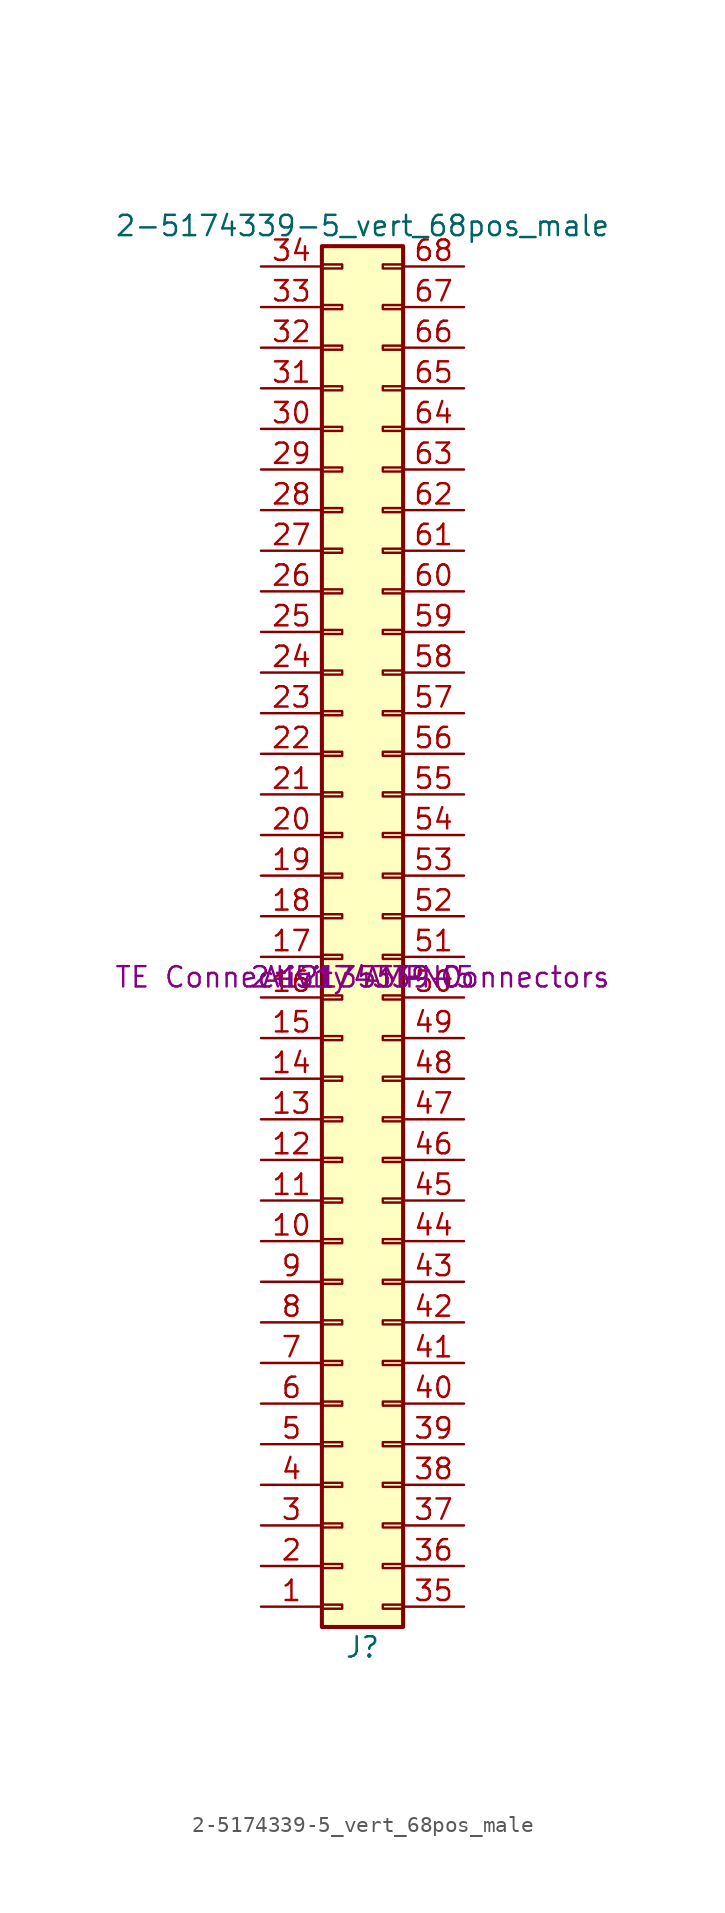
<source format=kicad_sym>
(kicad_symbol_lib
  (version 20211014)
  (generator kicad_symbol_editor)
  (symbol "2-5174339-5_vert_68pos_male"
    (pin_names
      (offset 1.016) hide)
    (property "Reference" "J"
      (at 0 -41.91 0)
      (effects (font (size 1.27 1.27))))
    (property "Value" "2-5174339-5_vert_68pos_male"
      (at 0 46.99 0)
      (effects (font (size 1.27 1.27))))
    (property "Digikey" "A121355-ND"
      (at 0 0 0)
      (effects (font (size 1.27 1.27))))
    (property "Manuf_num" "2-5174339-5"
      (at 0 0 0)
      (effects (font (size 1.27 1.27))))
    (property "Manuf_name" "TE Connectivity AMP Connectors"
      (at 0 0 0)
      (effects (font (size 1.27 1.27))))
    (symbol "2-5174339-5_vert_68pos_male_1_1"
      (rectangle (start -2.54 -40.64) (end 2.54 45.72) (stroke (width 0.254) (type default) (color 0 0 0 0)) (fill (type background)))
      (rectangle (start -2.54 -39.497) (end -1.27 -39.243) (stroke (width 0.152) (type default) (color 0 0 0 0)) (fill (type none)))
      (rectangle (start -2.54 -36.957) (end -1.27 -36.703) (stroke (width 0.152) (type default) (color 0 0 0 0)) (fill (type none)))
      (rectangle (start -2.54 -34.417) (end -1.27 -34.163) (stroke (width 0.152) (type default) (color 0 0 0 0)) (fill (type none)))
      (rectangle (start -2.54 -31.877) (end -1.27 -31.623) (stroke (width 0.152) (type default) (color 0 0 0 0)) (fill (type none)))
      (rectangle (start -2.54 -29.337) (end -1.27 -29.083) (stroke (width 0.152) (type default) (color 0 0 0 0)) (fill (type none)))
      (rectangle (start -2.54 -26.797) (end -1.27 -26.543) (stroke (width 0.152) (type default) (color 0 0 0 0)) (fill (type none)))
      (rectangle (start -2.54 -24.257) (end -1.27 -24.003) (stroke (width 0.152) (type default) (color 0 0 0 0)) (fill (type none)))
      (rectangle (start -2.54 -21.717) (end -1.27 -21.463) (stroke (width 0.152) (type default) (color 0 0 0 0)) (fill (type none)))
      (rectangle (start -2.54 -19.177) (end -1.27 -18.923) (stroke (width 0.152) (type default) (color 0 0 0 0)) (fill (type none)))
      (rectangle (start -2.54 -16.637) (end -1.27 -16.383) (stroke (width 0.152) (type default) (color 0 0 0 0)) (fill (type none)))
      (rectangle (start -2.54 -14.097) (end -1.27 -13.843) (stroke (width 0.152) (type default) (color 0 0 0 0)) (fill (type none)))
      (rectangle (start -2.54 -11.557) (end -1.27 -11.303) (stroke (width 0.152) (type default) (color 0 0 0 0)) (fill (type none)))
      (rectangle (start -2.54 -9.017) (end -1.27 -8.763) (stroke (width 0.152) (type default) (color 0 0 0 0)) (fill (type none)))
      (rectangle (start -2.54 -6.477) (end -1.27 -6.223) (stroke (width 0.152) (type default) (color 0 0 0 0)) (fill (type none)))
      (rectangle (start -2.54 -3.937) (end -1.27 -3.683) (stroke (width 0.152) (type default) (color 0 0 0 0)) (fill (type none)))
      (rectangle (start -2.54 -1.397) (end -1.27 -1.143) (stroke (width 0.152) (type default) (color 0 0 0 0)) (fill (type none)))
      (rectangle (start -2.54 1.143) (end -1.27 1.397) (stroke (width 0.152) (type default) (color 0 0 0 0)) (fill (type none)))
      (rectangle (start -2.54 3.683) (end -1.27 3.937) (stroke (width 0.152) (type default) (color 0 0 0 0)) (fill (type none)))
      (rectangle (start -2.54 6.223) (end -1.27 6.477) (stroke (width 0.152) (type default) (color 0 0 0 0)) (fill (type none)))
      (rectangle (start -2.54 8.763) (end -1.27 9.017) (stroke (width 0.152) (type default) (color 0 0 0 0)) (fill (type none)))
      (rectangle (start -2.54 11.303) (end -1.27 11.557) (stroke (width 0.152) (type default) (color 0 0 0 0)) (fill (type none)))
      (rectangle (start -2.54 13.843) (end -1.27 14.097) (stroke (width 0.152) (type default) (color 0 0 0 0)) (fill (type none)))
      (rectangle (start -2.54 16.383) (end -1.27 16.637) (stroke (width 0.152) (type default) (color 0 0 0 0)) (fill (type none)))
      (rectangle (start -2.54 18.923) (end -1.27 19.177) (stroke (width 0.152) (type default) (color 0 0 0 0)) (fill (type none)))
      (rectangle (start -2.54 21.463) (end -1.27 21.717) (stroke (width 0.152) (type default) (color 0 0 0 0)) (fill (type none)))
      (rectangle (start -2.54 24.003) (end -1.27 24.257) (stroke (width 0.152) (type default) (color 0 0 0 0)) (fill (type none)))
      (rectangle (start -2.54 26.543) (end -1.27 26.797) (stroke (width 0.152) (type default) (color 0 0 0 0)) (fill (type none)))
      (rectangle (start -2.54 29.083) (end -1.27 29.337) (stroke (width 0.152) (type default) (color 0 0 0 0)) (fill (type none)))
      (rectangle (start -2.54 31.623) (end -1.27 31.877) (stroke (width 0.152) (type default) (color 0 0 0 0)) (fill (type none)))
      (rectangle (start -2.54 34.163) (end -1.27 34.417) (stroke (width 0.152) (type default) (color 0 0 0 0)) (fill (type none)))
      (rectangle (start -2.54 36.703) (end -1.27 36.957) (stroke (width 0.152) (type default) (color 0 0 0 0)) (fill (type none)))
      (rectangle (start -2.54 39.243) (end -1.27 39.497) (stroke (width 0.152) (type default) (color 0 0 0 0)) (fill (type none)))
      (rectangle (start -2.54 41.783) (end -1.27 42.037) (stroke (width 0.152) (type default) (color 0 0 0 0)) (fill (type none)))
      (rectangle (start -2.54 44.323) (end -1.27 44.577) (stroke (width 0.152) (type default) (color 0 0 0 0)) (fill (type none)))
      (rectangle (start 2.54 -39.497) (end 1.27 -39.243) (stroke (width 0.152) (type default) (color 0 0 0 0)) (fill (type none)))
      (rectangle (start 2.54 -36.957) (end 1.27 -36.703) (stroke (width 0.152) (type default) (color 0 0 0 0)) (fill (type none)))
      (rectangle (start 2.54 -34.417) (end 1.27 -34.163) (stroke (width 0.152) (type default) (color 0 0 0 0)) (fill (type none)))
      (rectangle (start 2.54 -31.877) (end 1.27 -31.623) (stroke (width 0.152) (type default) (color 0 0 0 0)) (fill (type none)))
      (rectangle (start 2.54 -29.337) (end 1.27 -29.083) (stroke (width 0.152) (type default) (color 0 0 0 0)) (fill (type none)))
      (rectangle (start 2.54 -26.797) (end 1.27 -26.543) (stroke (width 0.152) (type default) (color 0 0 0 0)) (fill (type none)))
      (rectangle (start 2.54 -24.257) (end 1.27 -24.003) (stroke (width 0.152) (type default) (color 0 0 0 0)) (fill (type none)))
      (rectangle (start 2.54 -21.717) (end 1.27 -21.463) (stroke (width 0.152) (type default) (color 0 0 0 0)) (fill (type none)))
      (rectangle (start 2.54 -19.177) (end 1.27 -18.923) (stroke (width 0.152) (type default) (color 0 0 0 0)) (fill (type none)))
      (rectangle (start 2.54 -16.637) (end 1.27 -16.383) (stroke (width 0.152) (type default) (color 0 0 0 0)) (fill (type none)))
      (rectangle (start 2.54 -14.097) (end 1.27 -13.843) (stroke (width 0.152) (type default) (color 0 0 0 0)) (fill (type none)))
      (rectangle (start 2.54 -11.557) (end 1.27 -11.303) (stroke (width 0.152) (type default) (color 0 0 0 0)) (fill (type none)))
      (rectangle (start 2.54 -9.017) (end 1.27 -8.763) (stroke (width 0.152) (type default) (color 0 0 0 0)) (fill (type none)))
      (rectangle (start 2.54 -6.477) (end 1.27 -6.223) (stroke (width 0.152) (type default) (color 0 0 0 0)) (fill (type none)))
      (rectangle (start 2.54 -3.937) (end 1.27 -3.683) (stroke (width 0.152) (type default) (color 0 0 0 0)) (fill (type none)))
      (rectangle (start 2.54 -1.397) (end 1.27 -1.143) (stroke (width 0.152) (type default) (color 0 0 0 0)) (fill (type none)))
      (rectangle (start 2.54 1.143) (end 1.27 1.397) (stroke (width 0.152) (type default) (color 0 0 0 0)) (fill (type none)))
      (rectangle (start 2.54 3.683) (end 1.27 3.937) (stroke (width 0.152) (type default) (color 0 0 0 0)) (fill (type none)))
      (rectangle (start 2.54 6.223) (end 1.27 6.477) (stroke (width 0.152) (type default) (color 0 0 0 0)) (fill (type none)))
      (rectangle (start 2.54 8.763) (end 1.27 9.017) (stroke (width 0.152) (type default) (color 0 0 0 0)) (fill (type none)))
      (rectangle (start 2.54 11.303) (end 1.27 11.557) (stroke (width 0.152) (type default) (color 0 0 0 0)) (fill (type none)))
      (rectangle (start 2.54 13.843) (end 1.27 14.097) (stroke (width 0.152) (type default) (color 0 0 0 0)) (fill (type none)))
      (rectangle (start 2.54 16.383) (end 1.27 16.637) (stroke (width 0.152) (type default) (color 0 0 0 0)) (fill (type none)))
      (rectangle (start 2.54 18.923) (end 1.27 19.177) (stroke (width 0.152) (type default) (color 0 0 0 0)) (fill (type none)))
      (rectangle (start 2.54 21.463) (end 1.27 21.717) (stroke (width 0.152) (type default) (color 0 0 0 0)) (fill (type none)))
      (rectangle (start 2.54 24.003) (end 1.27 24.257) (stroke (width 0.152) (type default) (color 0 0 0 0)) (fill (type none)))
      (rectangle (start 2.54 26.543) (end 1.27 26.797) (stroke (width 0.152) (type default) (color 0 0 0 0)) (fill (type none)))
      (rectangle (start 2.54 29.083) (end 1.27 29.337) (stroke (width 0.152) (type default) (color 0 0 0 0)) (fill (type none)))
      (rectangle (start 2.54 31.623) (end 1.27 31.877) (stroke (width 0.152) (type default) (color 0 0 0 0)) (fill (type none)))
      (rectangle (start 2.54 34.163) (end 1.27 34.417) (stroke (width 0.152) (type default) (color 0 0 0 0)) (fill (type none)))
      (rectangle (start 2.54 36.703) (end 1.27 36.957) (stroke (width 0.152) (type default) (color 0 0 0 0)) (fill (type none)))
      (rectangle (start 2.54 39.243) (end 1.27 39.497) (stroke (width 0.152) (type default) (color 0 0 0 0)) (fill (type none)))
      (rectangle (start 2.54 41.783) (end 1.27 42.037) (stroke (width 0.152) (type default) (color 0 0 0 0)) (fill (type none)))
      (rectangle (start 2.54 44.323) (end 1.27 44.577) (stroke (width 0.152) (type default) (color 0 0 0 0)) (fill (type none)))
      (pin passive line (at -6.35 -39.37 0) (length 3.81) (name "Pin_1" (effects (font (size 1.27 1.27)))) (number "1" (effects (font (size 1.27 1.27)))))
      (pin passive line (at -6.35 -16.51 0) (length 3.81) (name "Pin_10" (effects (font (size 1.27 1.27)))) (number "10" (effects (font (size 1.27 1.27)))))
      (pin passive line (at -6.35 -13.97 0) (length 3.81) (name "Pin_11" (effects (font (size 1.27 1.27)))) (number "11" (effects (font (size 1.27 1.27)))))
      (pin passive line (at -6.35 -11.43 0) (length 3.81) (name "Pin_12" (effects (font (size 1.27 1.27)))) (number "12" (effects (font (size 1.27 1.27)))))
      (pin passive line (at -6.35 -8.89 0) (length 3.81) (name "Pin_13" (effects (font (size 1.27 1.27)))) (number "13" (effects (font (size 1.27 1.27)))))
      (pin passive line (at -6.35 -6.35 0) (length 3.81) (name "Pin_14" (effects (font (size 1.27 1.27)))) (number "14" (effects (font (size 1.27 1.27)))))
      (pin passive line (at -6.35 -3.81 0) (length 3.81) (name "Pin_15" (effects (font (size 1.27 1.27)))) (number "15" (effects (font (size 1.27 1.27)))))
      (pin passive line (at -6.35 -1.27 0) (length 3.81) (name "Pin_16" (effects (font (size 1.27 1.27)))) (number "16" (effects (font (size 1.27 1.27)))))
      (pin passive line (at -6.35 1.27 0) (length 3.81) (name "Pin_17" (effects (font (size 1.27 1.27)))) (number "17" (effects (font (size 1.27 1.27)))))
      (pin passive line (at -6.35 3.81 0) (length 3.81) (name "Pin_18" (effects (font (size 1.27 1.27)))) (number "18" (effects (font (size 1.27 1.27)))))
      (pin passive line (at -6.35 6.35 0) (length 3.81) (name "Pin_19" (effects (font (size 1.27 1.27)))) (number "19" (effects (font (size 1.27 1.27)))))
      (pin passive line (at -6.35 -36.83 0) (length 3.81) (name "Pin_2" (effects (font (size 1.27 1.27)))) (number "2" (effects (font (size 1.27 1.27)))))
      (pin passive line (at -6.35 8.89 0) (length 3.81) (name "Pin_20" (effects (font (size 1.27 1.27)))) (number "20" (effects (font (size 1.27 1.27)))))
      (pin passive line (at -6.35 11.43 0) (length 3.81) (name "Pin_21" (effects (font (size 1.27 1.27)))) (number "21" (effects (font (size 1.27 1.27)))))
      (pin passive line (at -6.35 13.97 0) (length 3.81) (name "Pin_22" (effects (font (size 1.27 1.27)))) (number "22" (effects (font (size 1.27 1.27)))))
      (pin passive line (at -6.35 16.51 0) (length 3.81) (name "Pin_23" (effects (font (size 1.27 1.27)))) (number "23" (effects (font (size 1.27 1.27)))))
      (pin passive line (at -6.35 19.05 0) (length 3.81) (name "Pin_24" (effects (font (size 1.27 1.27)))) (number "24" (effects (font (size 1.27 1.27)))))
      (pin passive line (at -6.35 21.59 0) (length 3.81) (name "Pin_25" (effects (font (size 1.27 1.27)))) (number "25" (effects (font (size 1.27 1.27)))))
      (pin passive line (at -6.35 24.13 0) (length 3.81) (name "Pin_26" (effects (font (size 1.27 1.27)))) (number "26" (effects (font (size 1.27 1.27)))))
      (pin passive line (at -6.35 26.67 0) (length 3.81) (name "Pin_27" (effects (font (size 1.27 1.27)))) (number "27" (effects (font (size 1.27 1.27)))))
      (pin passive line (at -6.35 29.21 0) (length 3.81) (name "Pin_28" (effects (font (size 1.27 1.27)))) (number "28" (effects (font (size 1.27 1.27)))))
      (pin passive line (at -6.35 31.75 0) (length 3.81) (name "Pin_29" (effects (font (size 1.27 1.27)))) (number "29" (effects (font (size 1.27 1.27)))))
      (pin passive line (at -6.35 -34.29 0) (length 3.81) (name "Pin_3" (effects (font (size 1.27 1.27)))) (number "3" (effects (font (size 1.27 1.27)))))
      (pin passive line (at -6.35 34.29 0) (length 3.81) (name "Pin_30" (effects (font (size 1.27 1.27)))) (number "30" (effects (font (size 1.27 1.27)))))
      (pin passive line (at -6.35 36.83 0) (length 3.81) (name "Pin_31" (effects (font (size 1.27 1.27)))) (number "31" (effects (font (size 1.27 1.27)))))
      (pin passive line (at -6.35 39.37 0) (length 3.81) (name "Pin_32" (effects (font (size 1.27 1.27)))) (number "32" (effects (font (size 1.27 1.27)))))
      (pin passive line (at -6.35 41.91 0) (length 3.81) (name "Pin_33" (effects (font (size 1.27 1.27)))) (number "33" (effects (font (size 1.27 1.27)))))
      (pin passive line (at -6.35 44.45 0) (length 3.81) (name "Pin_34" (effects (font (size 1.27 1.27)))) (number "34" (effects (font (size 1.27 1.27)))))
      (pin passive line (at 6.35 -39.37 180) (length 3.81) (name "Pin_35" (effects (font (size 1.27 1.27)))) (number "35" (effects (font (size 1.27 1.27)))))
      (pin passive line (at 6.35 -36.83 180) (length 3.81) (name "Pin_36" (effects (font (size 1.27 1.27)))) (number "36" (effects (font (size 1.27 1.27)))))
      (pin passive line (at 6.35 -34.29 180) (length 3.81) (name "Pin_37" (effects (font (size 1.27 1.27)))) (number "37" (effects (font (size 1.27 1.27)))))
      (pin passive line (at 6.35 -31.75 180) (length 3.81) (name "Pin_38" (effects (font (size 1.27 1.27)))) (number "38" (effects (font (size 1.27 1.27)))))
      (pin passive line (at 6.35 -29.21 180) (length 3.81) (name "Pin_39" (effects (font (size 1.27 1.27)))) (number "39" (effects (font (size 1.27 1.27)))))
      (pin passive line (at -6.35 -31.75 0) (length 3.81) (name "Pin_4" (effects (font (size 1.27 1.27)))) (number "4" (effects (font (size 1.27 1.27)))))
      (pin passive line (at 6.35 -26.67 180) (length 3.81) (name "Pin_40" (effects (font (size 1.27 1.27)))) (number "40" (effects (font (size 1.27 1.27)))))
      (pin passive line (at 6.35 -24.13 180) (length 3.81) (name "Pin_41" (effects (font (size 1.27 1.27)))) (number "41" (effects (font (size 1.27 1.27)))))
      (pin passive line (at 6.35 -21.59 180) (length 3.81) (name "Pin_42" (effects (font (size 1.27 1.27)))) (number "42" (effects (font (size 1.27 1.27)))))
      (pin passive line (at 6.35 -19.05 180) (length 3.81) (name "Pin_43" (effects (font (size 1.27 1.27)))) (number "43" (effects (font (size 1.27 1.27)))))
      (pin passive line (at 6.35 -16.51 180) (length 3.81) (name "Pin_44" (effects (font (size 1.27 1.27)))) (number "44" (effects (font (size 1.27 1.27)))))
      (pin passive line (at 6.35 -13.97 180) (length 3.81) (name "Pin_45" (effects (font (size 1.27 1.27)))) (number "45" (effects (font (size 1.27 1.27)))))
      (pin passive line (at 6.35 -11.43 180) (length 3.81) (name "Pin_46" (effects (font (size 1.27 1.27)))) (number "46" (effects (font (size 1.27 1.27)))))
      (pin passive line (at 6.35 -8.89 180) (length 3.81) (name "Pin_47" (effects (font (size 1.27 1.27)))) (number "47" (effects (font (size 1.27 1.27)))))
      (pin passive line (at 6.35 -6.35 180) (length 3.81) (name "Pin_48" (effects (font (size 1.27 1.27)))) (number "48" (effects (font (size 1.27 1.27)))))
      (pin passive line (at 6.35 -3.81 180) (length 3.81) (name "Pin_49" (effects (font (size 1.27 1.27)))) (number "49" (effects (font (size 1.27 1.27)))))
      (pin passive line (at -6.35 -29.21 0) (length 3.81) (name "Pin_5" (effects (font (size 1.27 1.27)))) (number "5" (effects (font (size 1.27 1.27)))))
      (pin passive line (at 6.35 -1.27 180) (length 3.81) (name "Pin_50" (effects (font (size 1.27 1.27)))) (number "50" (effects (font (size 1.27 1.27)))))
      (pin passive line (at 6.35 1.27 180) (length 3.81) (name "Pin_51" (effects (font (size 1.27 1.27)))) (number "51" (effects (font (size 1.27 1.27)))))
      (pin passive line (at 6.35 3.81 180) (length 3.81) (name "Pin_52" (effects (font (size 1.27 1.27)))) (number "52" (effects (font (size 1.27 1.27)))))
      (pin passive line (at 6.35 6.35 180) (length 3.81) (name "Pin_53" (effects (font (size 1.27 1.27)))) (number "53" (effects (font (size 1.27 1.27)))))
      (pin passive line (at 6.35 8.89 180) (length 3.81) (name "Pin_54" (effects (font (size 1.27 1.27)))) (number "54" (effects (font (size 1.27 1.27)))))
      (pin passive line (at 6.35 11.43 180) (length 3.81) (name "Pin_55" (effects (font (size 1.27 1.27)))) (number "55" (effects (font (size 1.27 1.27)))))
      (pin passive line (at 6.35 13.97 180) (length 3.81) (name "Pin_56" (effects (font (size 1.27 1.27)))) (number "56" (effects (font (size 1.27 1.27)))))
      (pin passive line (at 6.35 16.51 180) (length 3.81) (name "Pin_57" (effects (font (size 1.27 1.27)))) (number "57" (effects (font (size 1.27 1.27)))))
      (pin passive line (at 6.35 19.05 180) (length 3.81) (name "Pin_58" (effects (font (size 1.27 1.27)))) (number "58" (effects (font (size 1.27 1.27)))))
      (pin passive line (at 6.35 21.59 180) (length 3.81) (name "Pin_59" (effects (font (size 1.27 1.27)))) (number "59" (effects (font (size 1.27 1.27)))))
      (pin passive line (at -6.35 -26.67 0) (length 3.81) (name "Pin_6" (effects (font (size 1.27 1.27)))) (number "6" (effects (font (size 1.27 1.27)))))
      (pin passive line (at 6.35 24.13 180) (length 3.81) (name "Pin_60" (effects (font (size 1.27 1.27)))) (number "60" (effects (font (size 1.27 1.27)))))
      (pin passive line (at 6.35 26.67 180) (length 3.81) (name "Pin_61" (effects (font (size 1.27 1.27)))) (number "61" (effects (font (size 1.27 1.27)))))
      (pin passive line (at 6.35 29.21 180) (length 3.81) (name "Pin_62" (effects (font (size 1.27 1.27)))) (number "62" (effects (font (size 1.27 1.27)))))
      (pin passive line (at 6.35 31.75 180) (length 3.81) (name "Pin_63" (effects (font (size 1.27 1.27)))) (number "63" (effects (font (size 1.27 1.27)))))
      (pin passive line (at 6.35 34.29 180) (length 3.81) (name "Pin_64" (effects (font (size 1.27 1.27)))) (number "64" (effects (font (size 1.27 1.27)))))
      (pin passive line (at 6.35 36.83 180) (length 3.81) (name "Pin_65" (effects (font (size 1.27 1.27)))) (number "65" (effects (font (size 1.27 1.27)))))
      (pin passive line (at 6.35 39.37 180) (length 3.81) (name "Pin_66" (effects (font (size 1.27 1.27)))) (number "66" (effects (font (size 1.27 1.27)))))
      (pin passive line (at 6.35 41.91 180) (length 3.81) (name "Pin_67" (effects (font (size 1.27 1.27)))) (number "67" (effects (font (size 1.27 1.27)))))
      (pin passive line (at 6.35 44.45 180) (length 3.81) (name "Pin_68" (effects (font (size 1.27 1.27)))) (number "68" (effects (font (size 1.27 1.27)))))
      (pin passive line (at -6.35 -24.13 0) (length 3.81) (name "Pin_7" (effects (font (size 1.27 1.27)))) (number "7" (effects (font (size 1.27 1.27)))))
      (pin passive line (at -6.35 -21.59 0) (length 3.81) (name "Pin_8" (effects (font (size 1.27 1.27)))) (number "8" (effects (font (size 1.27 1.27)))))
      (pin passive line (at -6.35 -19.05 0) (length 3.81) (name "Pin_9" (effects (font (size 1.27 1.27)))) (number "9" (effects (font (size 1.27 1.27))))))))
</source>
